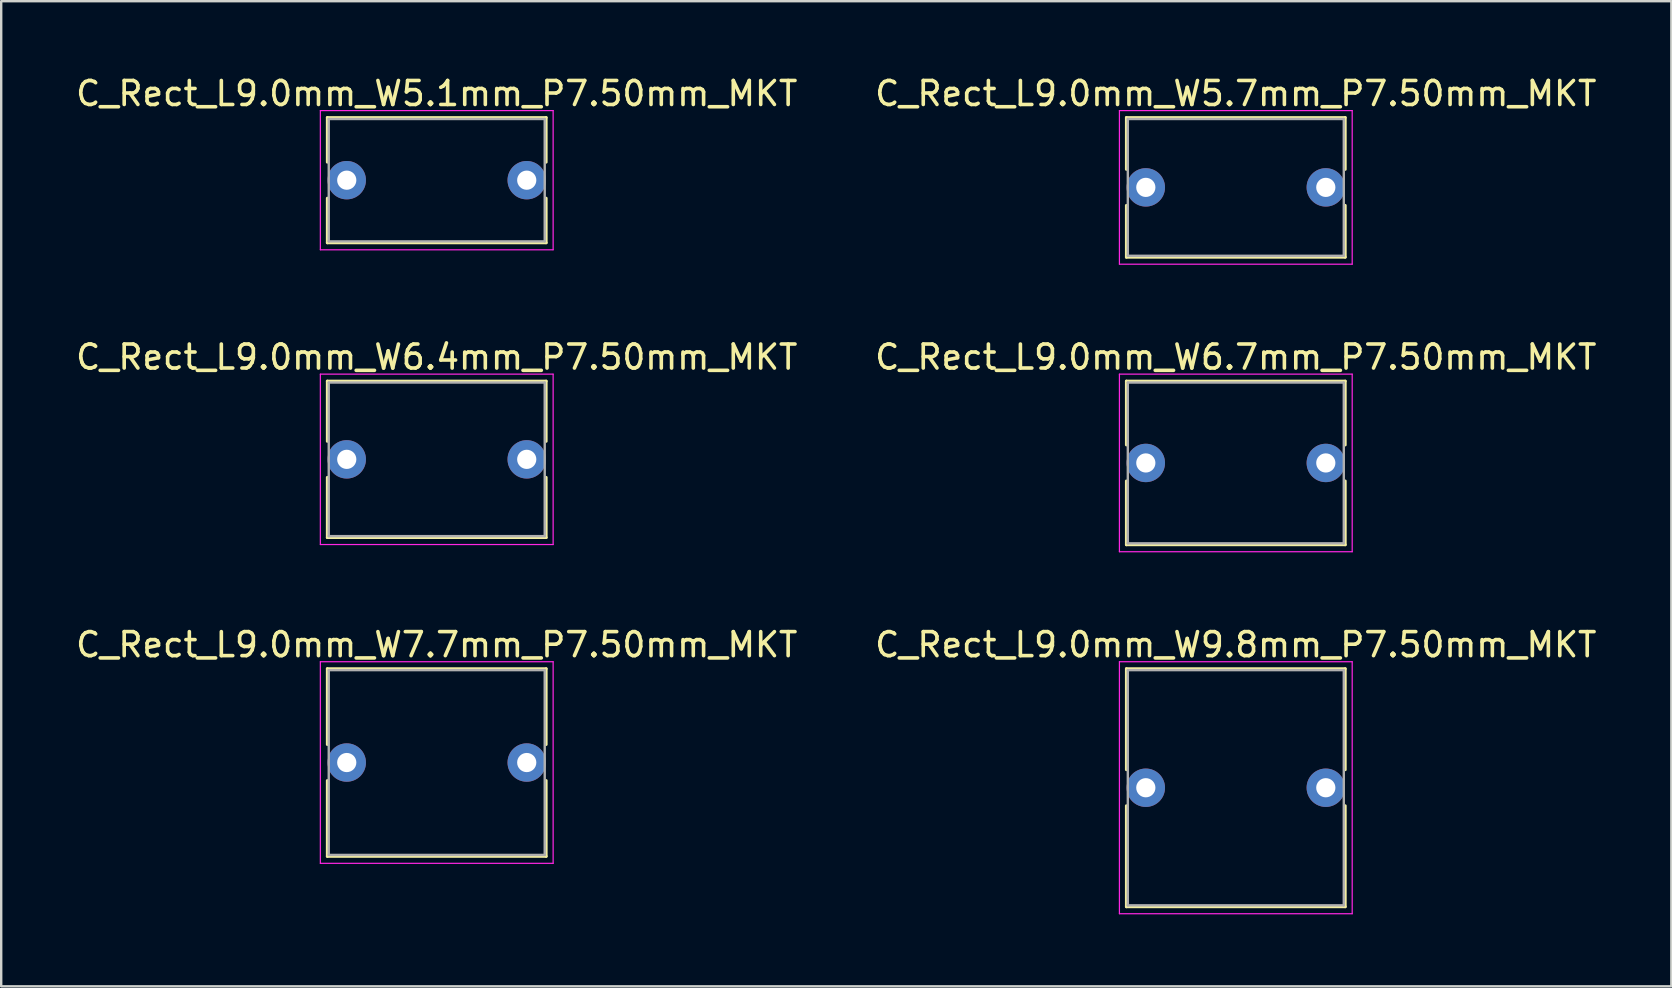
<source format=kicad_pcb>
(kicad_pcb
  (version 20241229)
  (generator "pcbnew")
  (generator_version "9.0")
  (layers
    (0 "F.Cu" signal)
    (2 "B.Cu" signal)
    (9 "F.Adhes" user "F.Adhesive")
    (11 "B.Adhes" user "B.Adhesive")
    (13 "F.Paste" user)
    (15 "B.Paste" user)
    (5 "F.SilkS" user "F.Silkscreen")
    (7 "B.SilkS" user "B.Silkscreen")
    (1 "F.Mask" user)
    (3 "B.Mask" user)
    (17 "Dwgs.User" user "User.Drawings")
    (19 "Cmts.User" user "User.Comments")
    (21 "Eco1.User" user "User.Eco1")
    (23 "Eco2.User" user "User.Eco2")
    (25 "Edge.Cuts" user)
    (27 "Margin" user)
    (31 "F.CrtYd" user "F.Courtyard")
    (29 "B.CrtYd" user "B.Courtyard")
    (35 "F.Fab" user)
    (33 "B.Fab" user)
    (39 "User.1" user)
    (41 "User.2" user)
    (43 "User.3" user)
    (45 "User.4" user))
  (footprint "C_Rect_L9.0mm_W6.7mm_P7.50mm_MKT"
    (layer "F.Cu")
    (at 44.696 16.241)
    (property "Reference" "C_Rect_L9.0mm_W6.7mm_P7.50mm_MKT" (at 3.75 -4.41 0) (layer "F.SilkS") (effects (font (size 1 1) (thickness 0.15))))
    (attr through_hole)
    (fp_line (start -0.81 -3.41) (end -0.81 -0.75) (stroke (width 0.12) (type solid)) (layer "F.SilkS"))
    (fp_line (start -0.81 -3.41) (end 8.31 -3.41) (stroke (width 0.12) (type solid)) (layer "F.SilkS"))
    (fp_line (start -0.81 0.75) (end -0.81 3.41) (stroke (width 0.12) (type solid)) (layer "F.SilkS"))
    (fp_line (start -0.81 3.41) (end 8.31 3.41) (stroke (width 0.12) (type solid)) (layer "F.SilkS"))
    (fp_line (start 8.31 -3.41) (end 8.31 -0.75) (stroke (width 0.12) (type solid)) (layer "F.SilkS"))
    (fp_line (start 8.31 0.75) (end 8.31 3.41) (stroke (width 0.12) (type solid)) (layer "F.SilkS"))
    (fp_line (start -1.1 -3.7) (end -1.1 3.7) (stroke (width 0.05) (type solid)) (layer "F.CrtYd"))
    (fp_line (start -1.1 3.7) (end 8.6 3.7) (stroke (width 0.05) (type solid)) (layer "F.CrtYd"))
    (fp_line (start 8.6 -3.7) (end -1.1 -3.7) (stroke (width 0.05) (type solid)) (layer "F.CrtYd"))
    (fp_line (start 8.6 3.7) (end 8.6 -3.7) (stroke (width 0.05) (type solid)) (layer "F.CrtYd"))
    (fp_line (start -0.75 -3.35) (end -0.75 3.35) (stroke (width 0.1) (type solid)) (layer "F.Fab"))
    (fp_line (start -0.75 3.35) (end 8.25 3.35) (stroke (width 0.1) (type solid)) (layer "F.Fab"))
    (fp_line (start 8.25 -3.35) (end -0.75 -3.35) (stroke (width 0.1) (type solid)) (layer "F.Fab"))
    (fp_line (start 8.25 3.35) (end 8.25 -3.35) (stroke (width 0.1) (type solid)) (layer "F.Fab"))
    (pad "1" thru_hole circle (at 0 0) (size 1.6 1.6) (drill 0.8) (layers "*.Cu" "*.Mask"))
    (pad "2" thru_hole circle (at 7.5 0) (size 1.6 1.6) (drill 0.8) (layers "*.Cu" "*.Mask")))
  (footprint "C_Rect_L9.0mm_W5.1mm_P7.50mm_MKT"
    (layer "F.Cu")
    (at 11.399 4.458)
    (property "Reference" "C_Rect_L9.0mm_W5.1mm_P7.50mm_MKT" (at 3.75 -3.61 0) (layer "F.SilkS") (effects (font (size 1 1) (thickness 0.15))))
    (attr through_hole)
    (fp_line (start -0.81 -2.61) (end -0.81 -0.75) (stroke (width 0.12) (type solid)) (layer "F.SilkS"))
    (fp_line (start -0.81 -2.61) (end 8.31 -2.61) (stroke (width 0.12) (type solid)) (layer "F.SilkS"))
    (fp_line (start -0.81 0.75) (end -0.81 2.61) (stroke (width 0.12) (type solid)) (layer "F.SilkS"))
    (fp_line (start -0.81 2.61) (end 8.31 2.61) (stroke (width 0.12) (type solid)) (layer "F.SilkS"))
    (fp_line (start 8.31 -2.61) (end 8.31 -0.75) (stroke (width 0.12) (type solid)) (layer "F.SilkS"))
    (fp_line (start 8.31 0.75) (end 8.31 2.61) (stroke (width 0.12) (type solid)) (layer "F.SilkS"))
    (fp_line (start -1.1 -2.9) (end -1.1 2.9) (stroke (width 0.05) (type solid)) (layer "F.CrtYd"))
    (fp_line (start -1.1 2.9) (end 8.6 2.9) (stroke (width 0.05) (type solid)) (layer "F.CrtYd"))
    (fp_line (start 8.6 -2.9) (end -1.1 -2.9) (stroke (width 0.05) (type solid)) (layer "F.CrtYd"))
    (fp_line (start 8.6 2.9) (end 8.6 -2.9) (stroke (width 0.05) (type solid)) (layer "F.CrtYd"))
    (fp_line (start -0.75 -2.55) (end -0.75 2.55) (stroke (width 0.1) (type solid)) (layer "F.Fab"))
    (fp_line (start -0.75 2.55) (end 8.25 2.55) (stroke (width 0.1) (type solid)) (layer "F.Fab"))
    (fp_line (start 8.25 -2.55) (end -0.75 -2.55) (stroke (width 0.1) (type solid)) (layer "F.Fab"))
    (fp_line (start 8.25 2.55) (end 8.25 -2.55) (stroke (width 0.1) (type solid)) (layer "F.Fab"))
    (pad "1" thru_hole circle (at 0 0) (size 1.6 1.6) (drill 0.8) (layers "*.Cu" "*.Mask"))
    (pad "2" thru_hole circle (at 7.5 0) (size 1.6 1.6) (drill 0.8) (layers "*.Cu" "*.Mask")))
  (footprint "C_Rect_L9.0mm_W5.7mm_P7.50mm_MKT"
    (layer "F.Cu")
    (at 44.696 4.758)
    (property "Reference" "C_Rect_L9.0mm_W5.7mm_P7.50mm_MKT" (at 3.75 -3.91 0) (layer "F.SilkS") (effects (font (size 1 1) (thickness 0.15))))
    (attr through_hole)
    (fp_line (start -0.81 -2.91) (end -0.81 -0.75) (stroke (width 0.12) (type solid)) (layer "F.SilkS"))
    (fp_line (start -0.81 -2.91) (end 8.31 -2.91) (stroke (width 0.12) (type solid)) (layer "F.SilkS"))
    (fp_line (start -0.81 0.75) (end -0.81 2.91) (stroke (width 0.12) (type solid)) (layer "F.SilkS"))
    (fp_line (start -0.81 2.91) (end 8.31 2.91) (stroke (width 0.12) (type solid)) (layer "F.SilkS"))
    (fp_line (start 8.31 -2.91) (end 8.31 -0.75) (stroke (width 0.12) (type solid)) (layer "F.SilkS"))
    (fp_line (start 8.31 0.75) (end 8.31 2.91) (stroke (width 0.12) (type solid)) (layer "F.SilkS"))
    (fp_line (start -1.1 -3.2) (end -1.1 3.2) (stroke (width 0.05) (type solid)) (layer "F.CrtYd"))
    (fp_line (start -1.1 3.2) (end 8.6 3.2) (stroke (width 0.05) (type solid)) (layer "F.CrtYd"))
    (fp_line (start 8.6 -3.2) (end -1.1 -3.2) (stroke (width 0.05) (type solid)) (layer "F.CrtYd"))
    (fp_line (start 8.6 3.2) (end 8.6 -3.2) (stroke (width 0.05) (type solid)) (layer "F.CrtYd"))
    (fp_line (start -0.75 -2.85) (end -0.75 2.85) (stroke (width 0.1) (type solid)) (layer "F.Fab"))
    (fp_line (start -0.75 2.85) (end 8.25 2.85) (stroke (width 0.1) (type solid)) (layer "F.Fab"))
    (fp_line (start 8.25 -2.85) (end -0.75 -2.85) (stroke (width 0.1) (type solid)) (layer "F.Fab"))
    (fp_line (start 8.25 2.85) (end 8.25 -2.85) (stroke (width 0.1) (type solid)) (layer "F.Fab"))
    (pad "1" thru_hole circle (at 0 0) (size 1.6 1.6) (drill 0.8) (layers "*.Cu" "*.Mask"))
    (pad "2" thru_hole circle (at 7.5 0) (size 1.6 1.6) (drill 0.8) (layers "*.Cu" "*.Mask")))
  (footprint "C_Rect_L9.0mm_W6.4mm_P7.50mm_MKT"
    (layer "F.Cu")
    (at 11.399 16.091)
    (property "Reference" "C_Rect_L9.0mm_W6.4mm_P7.50mm_MKT" (at 3.75 -4.26 0) (layer "F.SilkS") (effects (font (size 1 1) (thickness 0.15))))
    (attr through_hole)
    (fp_line (start -0.81 -3.26) (end -0.81 -0.75) (stroke (width 0.12) (type solid)) (layer "F.SilkS"))
    (fp_line (start -0.81 -3.26) (end 8.31 -3.26) (stroke (width 0.12) (type solid)) (layer "F.SilkS"))
    (fp_line (start -0.81 0.75) (end -0.81 3.26) (stroke (width 0.12) (type solid)) (layer "F.SilkS"))
    (fp_line (start -0.81 3.26) (end 8.31 3.26) (stroke (width 0.12) (type solid)) (layer "F.SilkS"))
    (fp_line (start 8.31 -3.26) (end 8.31 -0.75) (stroke (width 0.12) (type solid)) (layer "F.SilkS"))
    (fp_line (start 8.31 0.75) (end 8.31 3.26) (stroke (width 0.12) (type solid)) (layer "F.SilkS"))
    (fp_line (start -1.1 -3.55) (end -1.1 3.55) (stroke (width 0.05) (type solid)) (layer "F.CrtYd"))
    (fp_line (start -1.1 3.55) (end 8.6 3.55) (stroke (width 0.05) (type solid)) (layer "F.CrtYd"))
    (fp_line (start 8.6 -3.55) (end -1.1 -3.55) (stroke (width 0.05) (type solid)) (layer "F.CrtYd"))
    (fp_line (start 8.6 3.55) (end 8.6 -3.55) (stroke (width 0.05) (type solid)) (layer "F.CrtYd"))
    (fp_line (start -0.75 -3.2) (end -0.75 3.2) (stroke (width 0.1) (type solid)) (layer "F.Fab"))
    (fp_line (start -0.75 3.2) (end 8.25 3.2) (stroke (width 0.1) (type solid)) (layer "F.Fab"))
    (fp_line (start 8.25 -3.2) (end -0.75 -3.2) (stroke (width 0.1) (type solid)) (layer "F.Fab"))
    (fp_line (start 8.25 3.2) (end 8.25 -3.2) (stroke (width 0.1) (type solid)) (layer "F.Fab"))
    (pad "1" thru_hole circle (at 0 0) (size 1.6 1.6) (drill 0.8) (layers "*.Cu" "*.Mask"))
    (pad "2" thru_hole circle (at 7.5 0) (size 1.6 1.6) (drill 0.8) (layers "*.Cu" "*.Mask")))
  (footprint "C_Rect_L9.0mm_W7.7mm_P7.50mm_MKT"
    (layer "F.Cu")
    (at 11.399 28.725)
    (property "Reference" "C_Rect_L9.0mm_W7.7mm_P7.50mm_MKT" (at 3.75 -4.91 0) (layer "F.SilkS") (effects (font (size 1 1) (thickness 0.15))))
    (attr through_hole)
    (fp_line (start -0.81 -3.91) (end -0.81 -0.75) (stroke (width 0.12) (type solid)) (layer "F.SilkS"))
    (fp_line (start -0.81 -3.91) (end 8.31 -3.91) (stroke (width 0.12) (type solid)) (layer "F.SilkS"))
    (fp_line (start -0.81 0.75) (end -0.81 3.91) (stroke (width 0.12) (type solid)) (layer "F.SilkS"))
    (fp_line (start -0.81 3.91) (end 8.31 3.91) (stroke (width 0.12) (type solid)) (layer "F.SilkS"))
    (fp_line (start 8.31 -3.91) (end 8.31 -0.75) (stroke (width 0.12) (type solid)) (layer "F.SilkS"))
    (fp_line (start 8.31 0.75) (end 8.31 3.91) (stroke (width 0.12) (type solid)) (layer "F.SilkS"))
    (fp_line (start -1.1 -4.2) (end -1.1 4.2) (stroke (width 0.05) (type solid)) (layer "F.CrtYd"))
    (fp_line (start -1.1 4.2) (end 8.6 4.2) (stroke (width 0.05) (type solid)) (layer "F.CrtYd"))
    (fp_line (start 8.6 -4.2) (end -1.1 -4.2) (stroke (width 0.05) (type solid)) (layer "F.CrtYd"))
    (fp_line (start 8.6 4.2) (end 8.6 -4.2) (stroke (width 0.05) (type solid)) (layer "F.CrtYd"))
    (fp_line (start -0.75 -3.85) (end -0.75 3.85) (stroke (width 0.1) (type solid)) (layer "F.Fab"))
    (fp_line (start -0.75 3.85) (end 8.25 3.85) (stroke (width 0.1) (type solid)) (layer "F.Fab"))
    (fp_line (start 8.25 -3.85) (end -0.75 -3.85) (stroke (width 0.1) (type solid)) (layer "F.Fab"))
    (fp_line (start 8.25 3.85) (end 8.25 -3.85) (stroke (width 0.1) (type solid)) (layer "F.Fab"))
    (pad "1" thru_hole circle (at 0 0) (size 1.6 1.6) (drill 0.8) (layers "*.Cu" "*.Mask"))
    (pad "2" thru_hole circle (at 7.5 0) (size 1.6 1.6) (drill 0.8) (layers "*.Cu" "*.Mask")))
  (footprint "C_Rect_L9.0mm_W9.8mm_P7.50mm_MKT"
    (layer "F.Cu")
    (at 44.696 29.775)
    (property "Reference" "C_Rect_L9.0mm_W9.8mm_P7.50mm_MKT" (at 3.75 -5.96 0) (layer "F.SilkS") (effects (font (size 1 1) (thickness 0.15))))
    (attr through_hole)
    (fp_line (start -0.81 -4.96) (end -0.81 -0.75) (stroke (width 0.12) (type solid)) (layer "F.SilkS"))
    (fp_line (start -0.81 -4.96) (end 8.31 -4.96) (stroke (width 0.12) (type solid)) (layer "F.SilkS"))
    (fp_line (start -0.81 0.75) (end -0.81 4.96) (stroke (width 0.12) (type solid)) (layer "F.SilkS"))
    (fp_line (start -0.81 4.96) (end 8.31 4.96) (stroke (width 0.12) (type solid)) (layer "F.SilkS"))
    (fp_line (start 8.31 -4.96) (end 8.31 -0.75) (stroke (width 0.12) (type solid)) (layer "F.SilkS"))
    (fp_line (start 8.31 0.75) (end 8.31 4.96) (stroke (width 0.12) (type solid)) (layer "F.SilkS"))
    (fp_line (start -1.1 -5.25) (end -1.1 5.25) (stroke (width 0.05) (type solid)) (layer "F.CrtYd"))
    (fp_line (start -1.1 5.25) (end 8.6 5.25) (stroke (width 0.05) (type solid)) (layer "F.CrtYd"))
    (fp_line (start 8.6 -5.25) (end -1.1 -5.25) (stroke (width 0.05) (type solid)) (layer "F.CrtYd"))
    (fp_line (start 8.6 5.25) (end 8.6 -5.25) (stroke (width 0.05) (type solid)) (layer "F.CrtYd"))
    (fp_line (start -0.75 -4.9) (end -0.75 4.9) (stroke (width 0.1) (type solid)) (layer "F.Fab"))
    (fp_line (start -0.75 4.9) (end 8.25 4.9) (stroke (width 0.1) (type solid)) (layer "F.Fab"))
    (fp_line (start 8.25 -4.9) (end -0.75 -4.9) (stroke (width 0.1) (type solid)) (layer "F.Fab"))
    (fp_line (start 8.25 4.9) (end 8.25 -4.9) (stroke (width 0.1) (type solid)) (layer "F.Fab"))
    (pad "1" thru_hole circle (at 0 0) (size 1.6 1.6) (drill 0.8) (layers "*.Cu" "*.Mask"))
    (pad "2" thru_hole circle (at 7.5 0) (size 1.6 1.6) (drill 0.8) (layers "*.Cu" "*.Mask")))
  (gr_rect
    (start -3 -3)
    (end 66.595 38.05)
    (stroke (width 0.1) (type default))
    (fill no)
    (layer "Edge.Cuts")))
</source>
